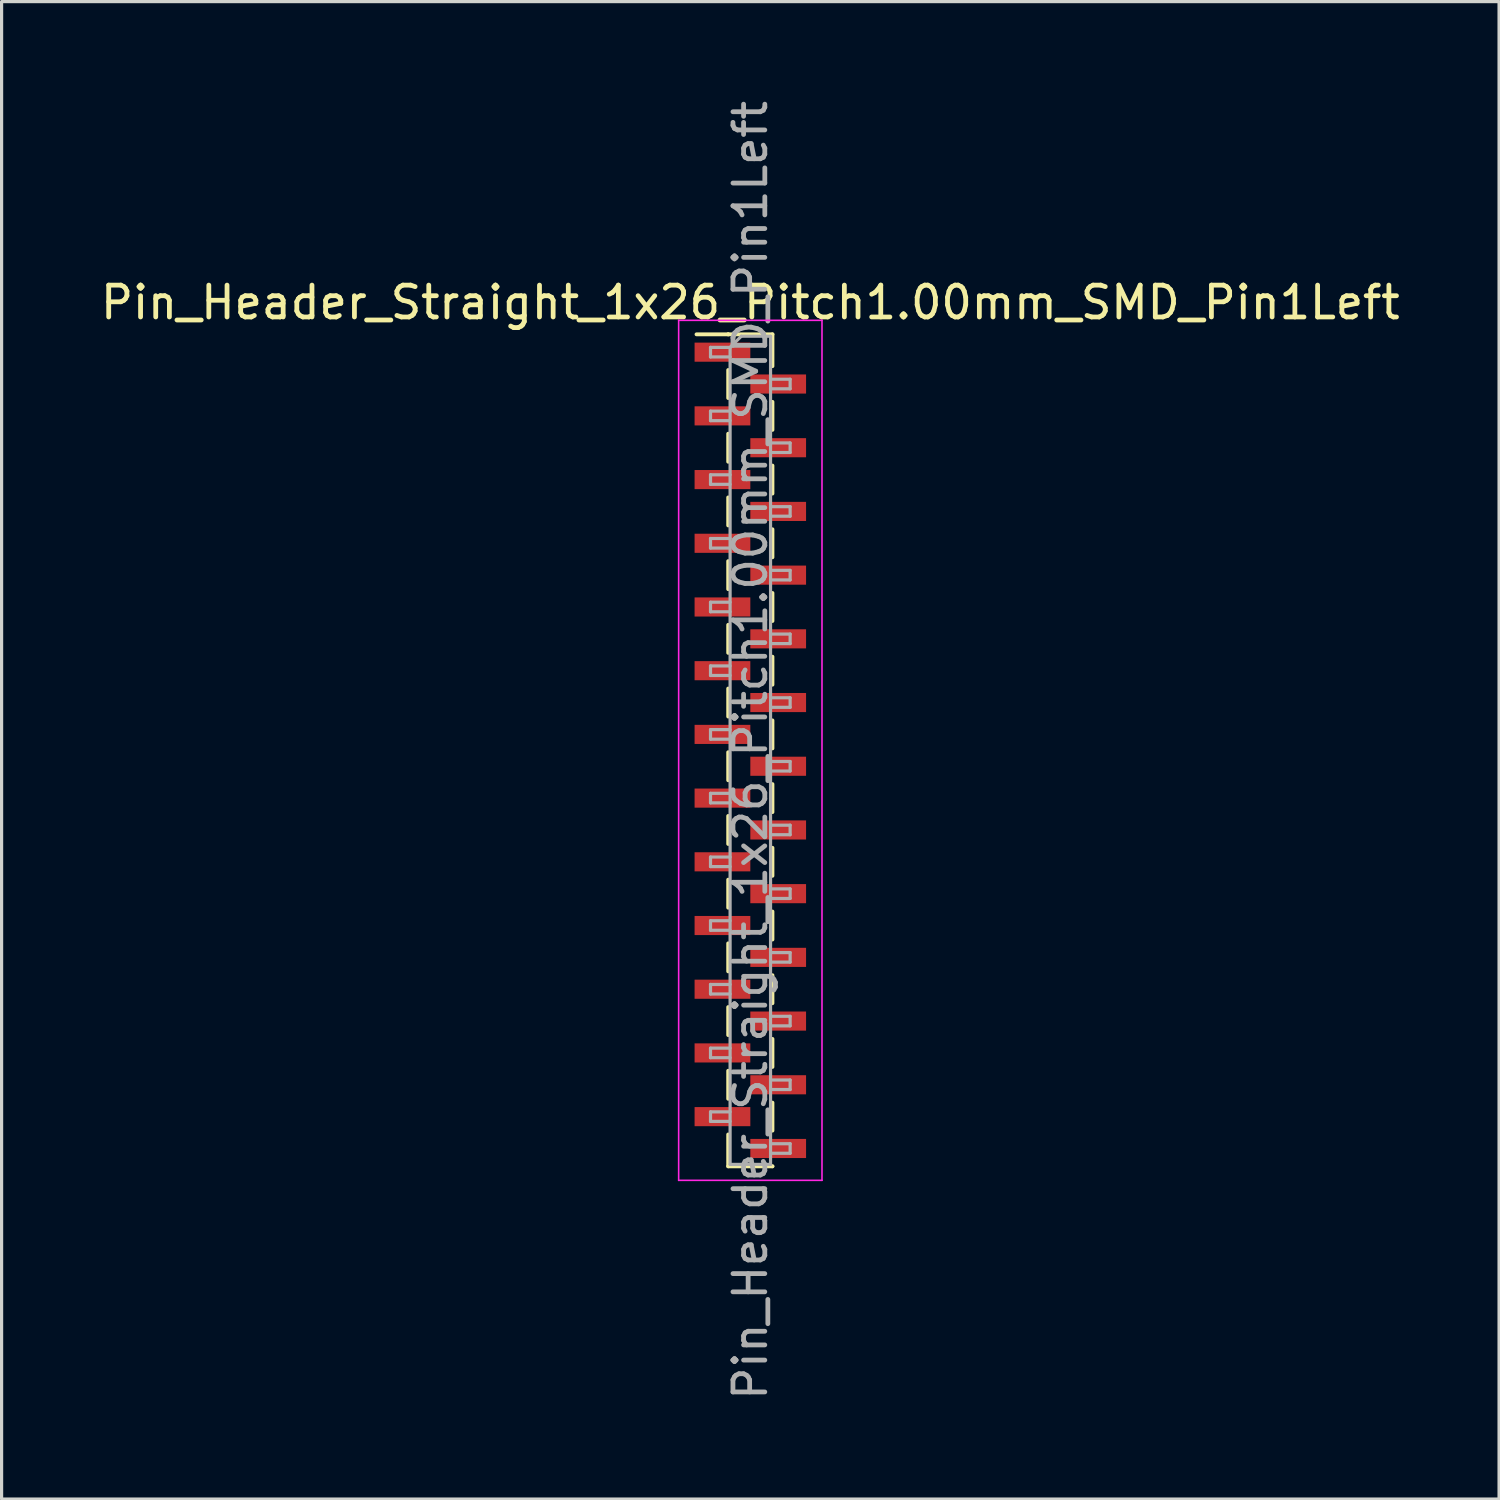
<source format=kicad_pcb>
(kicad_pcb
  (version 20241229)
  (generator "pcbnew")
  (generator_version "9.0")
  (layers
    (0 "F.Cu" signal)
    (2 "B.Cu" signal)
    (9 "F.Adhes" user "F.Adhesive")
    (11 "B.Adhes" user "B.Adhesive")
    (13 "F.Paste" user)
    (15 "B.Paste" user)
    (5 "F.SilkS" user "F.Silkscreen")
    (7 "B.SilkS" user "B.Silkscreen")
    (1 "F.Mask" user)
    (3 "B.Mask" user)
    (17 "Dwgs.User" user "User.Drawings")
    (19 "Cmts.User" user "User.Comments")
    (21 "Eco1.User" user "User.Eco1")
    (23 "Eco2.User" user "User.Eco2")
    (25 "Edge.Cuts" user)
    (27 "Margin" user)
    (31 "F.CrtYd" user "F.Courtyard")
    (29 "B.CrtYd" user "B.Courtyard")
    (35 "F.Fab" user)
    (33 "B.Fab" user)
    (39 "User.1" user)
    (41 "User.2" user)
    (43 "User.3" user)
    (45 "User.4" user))
  (footprint "Pin_Header_Straight_1x26_Pitch1.00mm_SMD_Pin1Left"
    (layer "F.Cu")
    (at 20.506 20.506)
    (property "Reference" "Pin_Header_Straight_1x26_Pitch1.00mm_SMD_Pin1Left" (at 0 -14.06 0) (layer "F.SilkS") (effects (font (size 1 1) (thickness 0.15))))
    (attr smd)
    (fp_line (start -0.695 -13.06) (end -1.69 -13.06) (stroke (width 0.12) (type solid)) (layer "F.SilkS"))
    (fp_line (start -0.695 -13.06) (end -0.695 -13.06) (stroke (width 0.12) (type solid)) (layer "F.SilkS"))
    (fp_line (start -0.695 -13.06) (end 0.695 -13.06) (stroke (width 0.12) (type solid)) (layer "F.SilkS"))
    (fp_line (start -0.695 -11.94) (end -0.695 -11.06) (stroke (width 0.12) (type solid)) (layer "F.SilkS"))
    (fp_line (start -0.695 -9.94) (end -0.695 -9.06) (stroke (width 0.12) (type solid)) (layer "F.SilkS"))
    (fp_line (start -0.695 -7.94) (end -0.695 -7.06) (stroke (width 0.12) (type solid)) (layer "F.SilkS"))
    (fp_line (start -0.695 -5.94) (end -0.695 -5.06) (stroke (width 0.12) (type solid)) (layer "F.SilkS"))
    (fp_line (start -0.695 -3.94) (end -0.695 -3.06) (stroke (width 0.12) (type solid)) (layer "F.SilkS"))
    (fp_line (start -0.695 -1.94) (end -0.695 -1.06) (stroke (width 0.12) (type solid)) (layer "F.SilkS"))
    (fp_line (start -0.695 0.06) (end -0.695 0.94) (stroke (width 0.12) (type solid)) (layer "F.SilkS"))
    (fp_line (start -0.695 2.06) (end -0.695 2.94) (stroke (width 0.12) (type solid)) (layer "F.SilkS"))
    (fp_line (start -0.695 4.06) (end -0.695 4.94) (stroke (width 0.12) (type solid)) (layer "F.SilkS"))
    (fp_line (start -0.695 6.06) (end -0.695 6.94) (stroke (width 0.12) (type solid)) (layer "F.SilkS"))
    (fp_line (start -0.695 8.06) (end -0.695 8.94) (stroke (width 0.12) (type solid)) (layer "F.SilkS"))
    (fp_line (start -0.695 10.06) (end -0.695 10.94) (stroke (width 0.12) (type solid)) (layer "F.SilkS"))
    (fp_line (start -0.695 12.06) (end -0.695 13.06) (stroke (width 0.12) (type solid)) (layer "F.SilkS"))
    (fp_line (start -0.695 13.06) (end 0.695 13.06) (stroke (width 0.12) (type solid)) (layer "F.SilkS"))
    (fp_line (start 0.695 -13.06) (end 0.695 -12.06) (stroke (width 0.12) (type solid)) (layer "F.SilkS"))
    (fp_line (start 0.695 -10.94) (end 0.695 -10.06) (stroke (width 0.12) (type solid)) (layer "F.SilkS"))
    (fp_line (start 0.695 -8.94) (end 0.695 -8.06) (stroke (width 0.12) (type solid)) (layer "F.SilkS"))
    (fp_line (start 0.695 -6.94) (end 0.695 -6.06) (stroke (width 0.12) (type solid)) (layer "F.SilkS"))
    (fp_line (start 0.695 -4.94) (end 0.695 -4.06) (stroke (width 0.12) (type solid)) (layer "F.SilkS"))
    (fp_line (start 0.695 -2.94) (end 0.695 -2.06) (stroke (width 0.12) (type solid)) (layer "F.SilkS"))
    (fp_line (start 0.695 -0.94) (end 0.695 -0.06) (stroke (width 0.12) (type solid)) (layer "F.SilkS"))
    (fp_line (start 0.695 1.06) (end 0.695 1.94) (stroke (width 0.12) (type solid)) (layer "F.SilkS"))
    (fp_line (start 0.695 3.06) (end 0.695 3.94) (stroke (width 0.12) (type solid)) (layer "F.SilkS"))
    (fp_line (start 0.695 5.06) (end 0.695 5.94) (stroke (width 0.12) (type solid)) (layer "F.SilkS"))
    (fp_line (start 0.695 7.06) (end 0.695 7.94) (stroke (width 0.12) (type solid)) (layer "F.SilkS"))
    (fp_line (start 0.695 9.06) (end 0.695 9.94) (stroke (width 0.12) (type solid)) (layer "F.SilkS"))
    (fp_line (start 0.695 11.06) (end 0.695 11.94) (stroke (width 0.12) (type solid)) (layer "F.SilkS"))
    (fp_line (start 0.695 13.06) (end 0.695 13.06) (stroke (width 0.12) (type solid)) (layer "F.SilkS"))
    (fp_line (start -2.25 -13.5) (end -2.25 13.5) (stroke (width 0.05) (type solid)) (layer "F.CrtYd"))
    (fp_line (start -2.25 13.5) (end 2.25 13.5) (stroke (width 0.05) (type solid)) (layer "F.CrtYd"))
    (fp_line (start 2.25 -13.5) (end -2.25 -13.5) (stroke (width 0.05) (type solid)) (layer "F.CrtYd"))
    (fp_line (start 2.25 13.5) (end 2.25 -13.5) (stroke (width 0.05) (type solid)) (layer "F.CrtYd"))
    (fp_line (start -1.25 -12.65) (end -1.25 -12.35) (stroke (width 0.1) (type solid)) (layer "F.Fab"))
    (fp_line (start -1.25 -12.35) (end -0.635 -12.35) (stroke (width 0.1) (type solid)) (layer "F.Fab"))
    (fp_line (start -1.25 -10.65) (end -1.25 -10.35) (stroke (width 0.1) (type solid)) (layer "F.Fab"))
    (fp_line (start -1.25 -10.35) (end -0.635 -10.35) (stroke (width 0.1) (type solid)) (layer "F.Fab"))
    (fp_line (start -1.25 -8.65) (end -1.25 -8.35) (stroke (width 0.1) (type solid)) (layer "F.Fab"))
    (fp_line (start -1.25 -8.35) (end -0.635 -8.35) (stroke (width 0.1) (type solid)) (layer "F.Fab"))
    (fp_line (start -1.25 -6.65) (end -1.25 -6.35) (stroke (width 0.1) (type solid)) (layer "F.Fab"))
    (fp_line (start -1.25 -6.35) (end -0.635 -6.35) (stroke (width 0.1) (type solid)) (layer "F.Fab"))
    (fp_line (start -1.25 -4.65) (end -1.25 -4.35) (stroke (width 0.1) (type solid)) (layer "F.Fab"))
    (fp_line (start -1.25 -4.35) (end -0.635 -4.35) (stroke (width 0.1) (type solid)) (layer "F.Fab"))
    (fp_line (start -1.25 -2.65) (end -1.25 -2.35) (stroke (width 0.1) (type solid)) (layer "F.Fab"))
    (fp_line (start -1.25 -2.35) (end -0.635 -2.35) (stroke (width 0.1) (type solid)) (layer "F.Fab"))
    (fp_line (start -1.25 -0.65) (end -1.25 -0.35) (stroke (width 0.1) (type solid)) (layer "F.Fab"))
    (fp_line (start -1.25 -0.35) (end -0.635 -0.35) (stroke (width 0.1) (type solid)) (layer "F.Fab"))
    (fp_line (start -1.25 1.35) (end -1.25 1.65) (stroke (width 0.1) (type solid)) (layer "F.Fab"))
    (fp_line (start -1.25 1.65) (end -0.635 1.65) (stroke (width 0.1) (type solid)) (layer "F.Fab"))
    (fp_line (start -1.25 3.35) (end -1.25 3.65) (stroke (width 0.1) (type solid)) (layer "F.Fab"))
    (fp_line (start -1.25 3.65) (end -0.635 3.65) (stroke (width 0.1) (type solid)) (layer "F.Fab"))
    (fp_line (start -1.25 5.35) (end -1.25 5.65) (stroke (width 0.1) (type solid)) (layer "F.Fab"))
    (fp_line (start -1.25 5.65) (end -0.635 5.65) (stroke (width 0.1) (type solid)) (layer "F.Fab"))
    (fp_line (start -1.25 7.35) (end -1.25 7.65) (stroke (width 0.1) (type solid)) (layer "F.Fab"))
    (fp_line (start -1.25 7.65) (end -0.635 7.65) (stroke (width 0.1) (type solid)) (layer "F.Fab"))
    (fp_line (start -1.25 9.35) (end -1.25 9.65) (stroke (width 0.1) (type solid)) (layer "F.Fab"))
    (fp_line (start -1.25 9.65) (end -0.635 9.65) (stroke (width 0.1) (type solid)) (layer "F.Fab"))
    (fp_line (start -1.25 11.35) (end -1.25 11.65) (stroke (width 0.1) (type solid)) (layer "F.Fab"))
    (fp_line (start -1.25 11.65) (end -0.635 11.65) (stroke (width 0.1) (type solid)) (layer "F.Fab"))
    (fp_line (start -0.635 -12.65) (end -1.25 -12.65) (stroke (width 0.1) (type solid)) (layer "F.Fab"))
    (fp_line (start -0.635 -12.65) (end -0.285 -13) (stroke (width 0.1) (type solid)) (layer "F.Fab"))
    (fp_line (start -0.635 -10.65) (end -1.25 -10.65) (stroke (width 0.1) (type solid)) (layer "F.Fab"))
    (fp_line (start -0.635 -8.65) (end -1.25 -8.65) (stroke (width 0.1) (type solid)) (layer "F.Fab"))
    (fp_line (start -0.635 -6.65) (end -1.25 -6.65) (stroke (width 0.1) (type solid)) (layer "F.Fab"))
    (fp_line (start -0.635 -4.65) (end -1.25 -4.65) (stroke (width 0.1) (type solid)) (layer "F.Fab"))
    (fp_line (start -0.635 -2.65) (end -1.25 -2.65) (stroke (width 0.1) (type solid)) (layer "F.Fab"))
    (fp_line (start -0.635 -0.65) (end -1.25 -0.65) (stroke (width 0.1) (type solid)) (layer "F.Fab"))
    (fp_line (start -0.635 1.35) (end -1.25 1.35) (stroke (width 0.1) (type solid)) (layer "F.Fab"))
    (fp_line (start -0.635 3.35) (end -1.25 3.35) (stroke (width 0.1) (type solid)) (layer "F.Fab"))
    (fp_line (start -0.635 5.35) (end -1.25 5.35) (stroke (width 0.1) (type solid)) (layer "F.Fab"))
    (fp_line (start -0.635 7.35) (end -1.25 7.35) (stroke (width 0.1) (type solid)) (layer "F.Fab"))
    (fp_line (start -0.635 9.35) (end -1.25 9.35) (stroke (width 0.1) (type solid)) (layer "F.Fab"))
    (fp_line (start -0.635 11.35) (end -1.25 11.35) (stroke (width 0.1) (type solid)) (layer "F.Fab"))
    (fp_line (start -0.635 13) (end -0.635 -12.65) (stroke (width 0.1) (type solid)) (layer "F.Fab"))
    (fp_line (start -0.285 -13) (end 0.635 -13) (stroke (width 0.1) (type solid)) (layer "F.Fab"))
    (fp_line (start 0.635 -13) (end 0.635 13) (stroke (width 0.1) (type solid)) (layer "F.Fab"))
    (fp_line (start 0.635 -11.65) (end 1.25 -11.65) (stroke (width 0.1) (type solid)) (layer "F.Fab"))
    (fp_line (start 0.635 -9.65) (end 1.25 -9.65) (stroke (width 0.1) (type solid)) (layer "F.Fab"))
    (fp_line (start 0.635 -7.65) (end 1.25 -7.65) (stroke (width 0.1) (type solid)) (layer "F.Fab"))
    (fp_line (start 0.635 -5.65) (end 1.25 -5.65) (stroke (width 0.1) (type solid)) (layer "F.Fab"))
    (fp_line (start 0.635 -3.65) (end 1.25 -3.65) (stroke (width 0.1) (type solid)) (layer "F.Fab"))
    (fp_line (start 0.635 -1.65) (end 1.25 -1.65) (stroke (width 0.1) (type solid)) (layer "F.Fab"))
    (fp_line (start 0.635 0.35) (end 1.25 0.35) (stroke (width 0.1) (type solid)) (layer "F.Fab"))
    (fp_line (start 0.635 2.35) (end 1.25 2.35) (stroke (width 0.1) (type solid)) (layer "F.Fab"))
    (fp_line (start 0.635 4.35) (end 1.25 4.35) (stroke (width 0.1) (type solid)) (layer "F.Fab"))
    (fp_line (start 0.635 6.35) (end 1.25 6.35) (stroke (width 0.1) (type solid)) (layer "F.Fab"))
    (fp_line (start 0.635 8.35) (end 1.25 8.35) (stroke (width 0.1) (type solid)) (layer "F.Fab"))
    (fp_line (start 0.635 10.35) (end 1.25 10.35) (stroke (width 0.1) (type solid)) (layer "F.Fab"))
    (fp_line (start 0.635 12.35) (end 1.25 12.35) (stroke (width 0.1) (type solid)) (layer "F.Fab"))
    (fp_line (start 0.635 13) (end -0.635 13) (stroke (width 0.1) (type solid)) (layer "F.Fab"))
    (fp_line (start 1.25 -11.65) (end 1.25 -11.35) (stroke (width 0.1) (type solid)) (layer "F.Fab"))
    (fp_line (start 1.25 -11.35) (end 0.635 -11.35) (stroke (width 0.1) (type solid)) (layer "F.Fab"))
    (fp_line (start 1.25 -9.65) (end 1.25 -9.35) (stroke (width 0.1) (type solid)) (layer "F.Fab"))
    (fp_line (start 1.25 -9.35) (end 0.635 -9.35) (stroke (width 0.1) (type solid)) (layer "F.Fab"))
    (fp_line (start 1.25 -7.65) (end 1.25 -7.35) (stroke (width 0.1) (type solid)) (layer "F.Fab"))
    (fp_line (start 1.25 -7.35) (end 0.635 -7.35) (stroke (width 0.1) (type solid)) (layer "F.Fab"))
    (fp_line (start 1.25 -5.65) (end 1.25 -5.35) (stroke (width 0.1) (type solid)) (layer "F.Fab"))
    (fp_line (start 1.25 -5.35) (end 0.635 -5.35) (stroke (width 0.1) (type solid)) (layer "F.Fab"))
    (fp_line (start 1.25 -3.65) (end 1.25 -3.35) (stroke (width 0.1) (type solid)) (layer "F.Fab"))
    (fp_line (start 1.25 -3.35) (end 0.635 -3.35) (stroke (width 0.1) (type solid)) (layer "F.Fab"))
    (fp_line (start 1.25 -1.65) (end 1.25 -1.35) (stroke (width 0.1) (type solid)) (layer "F.Fab"))
    (fp_line (start 1.25 -1.35) (end 0.635 -1.35) (stroke (width 0.1) (type solid)) (layer "F.Fab"))
    (fp_line (start 1.25 0.35) (end 1.25 0.65) (stroke (width 0.1) (type solid)) (layer "F.Fab"))
    (fp_line (start 1.25 0.65) (end 0.635 0.65) (stroke (width 0.1) (type solid)) (layer "F.Fab"))
    (fp_line (start 1.25 2.35) (end 1.25 2.65) (stroke (width 0.1) (type solid)) (layer "F.Fab"))
    (fp_line (start 1.25 2.65) (end 0.635 2.65) (stroke (width 0.1) (type solid)) (layer "F.Fab"))
    (fp_line (start 1.25 4.35) (end 1.25 4.65) (stroke (width 0.1) (type solid)) (layer "F.Fab"))
    (fp_line (start 1.25 4.65) (end 0.635 4.65) (stroke (width 0.1) (type solid)) (layer "F.Fab"))
    (fp_line (start 1.25 6.35) (end 1.25 6.65) (stroke (width 0.1) (type solid)) (layer "F.Fab"))
    (fp_line (start 1.25 6.65) (end 0.635 6.65) (stroke (width 0.1) (type solid)) (layer "F.Fab"))
    (fp_line (start 1.25 8.35) (end 1.25 8.65) (stroke (width 0.1) (type solid)) (layer "F.Fab"))
    (fp_line (start 1.25 8.65) (end 0.635 8.65) (stroke (width 0.1) (type solid)) (layer "F.Fab"))
    (fp_line (start 1.25 10.35) (end 1.25 10.65) (stroke (width 0.1) (type solid)) (layer "F.Fab"))
    (fp_line (start 1.25 10.65) (end 0.635 10.65) (stroke (width 0.1) (type solid)) (layer "F.Fab"))
    (fp_line (start 1.25 12.35) (end 1.25 12.65) (stroke (width 0.1) (type solid)) (layer "F.Fab"))
    (fp_line (start 1.25 12.65) (end 0.635 12.65) (stroke (width 0.1) (type solid)) (layer "F.Fab"))
    (fp_text user "${REFERENCE}" (at 0 0 90) (layer "F.Fab") (effects (font (size 1 1) (thickness 0.15))))
    (pad "1" smd rect (at -0.875 -12.5) (size 1.75 0.6) (layers "F.Cu" "F.Mask" "F.Paste"))
    (pad "2" smd rect (at 0.875 -11.5) (size 1.75 0.6) (layers "F.Cu" "F.Mask" "F.Paste"))
    (pad "3" smd rect (at -0.875 -10.5) (size 1.75 0.6) (layers "F.Cu" "F.Mask" "F.Paste"))
    (pad "4" smd rect (at 0.875 -9.5) (size 1.75 0.6) (layers "F.Cu" "F.Mask" "F.Paste"))
    (pad "5" smd rect (at -0.875 -8.5) (size 1.75 0.6) (layers "F.Cu" "F.Mask" "F.Paste"))
    (pad "6" smd rect (at 0.875 -7.5) (size 1.75 0.6) (layers "F.Cu" "F.Mask" "F.Paste"))
    (pad "7" smd rect (at -0.875 -6.5) (size 1.75 0.6) (layers "F.Cu" "F.Mask" "F.Paste"))
    (pad "8" smd rect (at 0.875 -5.5) (size 1.75 0.6) (layers "F.Cu" "F.Mask" "F.Paste"))
    (pad "9" smd rect (at -0.875 -4.5) (size 1.75 0.6) (layers "F.Cu" "F.Mask" "F.Paste"))
    (pad "10" smd rect (at 0.875 -3.5) (size 1.75 0.6) (layers "F.Cu" "F.Mask" "F.Paste"))
    (pad "11" smd rect (at -0.875 -2.5) (size 1.75 0.6) (layers "F.Cu" "F.Mask" "F.Paste"))
    (pad "12" smd rect (at 0.875 -1.5) (size 1.75 0.6) (layers "F.Cu" "F.Mask" "F.Paste"))
    (pad "13" smd rect (at -0.875 -0.5) (size 1.75 0.6) (layers "F.Cu" "F.Mask" "F.Paste"))
    (pad "14" smd rect (at 0.875 0.5) (size 1.75 0.6) (layers "F.Cu" "F.Mask" "F.Paste"))
    (pad "15" smd rect (at -0.875 1.5) (size 1.75 0.6) (layers "F.Cu" "F.Mask" "F.Paste"))
    (pad "16" smd rect (at 0.875 2.5) (size 1.75 0.6) (layers "F.Cu" "F.Mask" "F.Paste"))
    (pad "17" smd rect (at -0.875 3.5) (size 1.75 0.6) (layers "F.Cu" "F.Mask" "F.Paste"))
    (pad "18" smd rect (at 0.875 4.5) (size 1.75 0.6) (layers "F.Cu" "F.Mask" "F.Paste"))
    (pad "19" smd rect (at -0.875 5.5) (size 1.75 0.6) (layers "F.Cu" "F.Mask" "F.Paste"))
    (pad "20" smd rect (at 0.875 6.5) (size 1.75 0.6) (layers "F.Cu" "F.Mask" "F.Paste"))
    (pad "21" smd rect (at -0.875 7.5) (size 1.75 0.6) (layers "F.Cu" "F.Mask" "F.Paste"))
    (pad "22" smd rect (at 0.875 8.5) (size 1.75 0.6) (layers "F.Cu" "F.Mask" "F.Paste"))
    (pad "23" smd rect (at -0.875 9.5) (size 1.75 0.6) (layers "F.Cu" "F.Mask" "F.Paste"))
    (pad "24" smd rect (at 0.875 10.5) (size 1.75 0.6) (layers "F.Cu" "F.Mask" "F.Paste"))
    (pad "25" smd rect (at -0.875 11.5) (size 1.75 0.6) (layers "F.Cu" "F.Mask" "F.Paste"))
    (pad "26" smd rect (at 0.875 12.5) (size 1.75 0.6) (layers "F.Cu" "F.Mask" "F.Paste")))
  (gr_rect
    (start -3 -3)
    (end 44.012 44.012)
    (stroke (width 0.1) (type default))
    (fill no)
    (layer "Edge.Cuts")))
</source>
